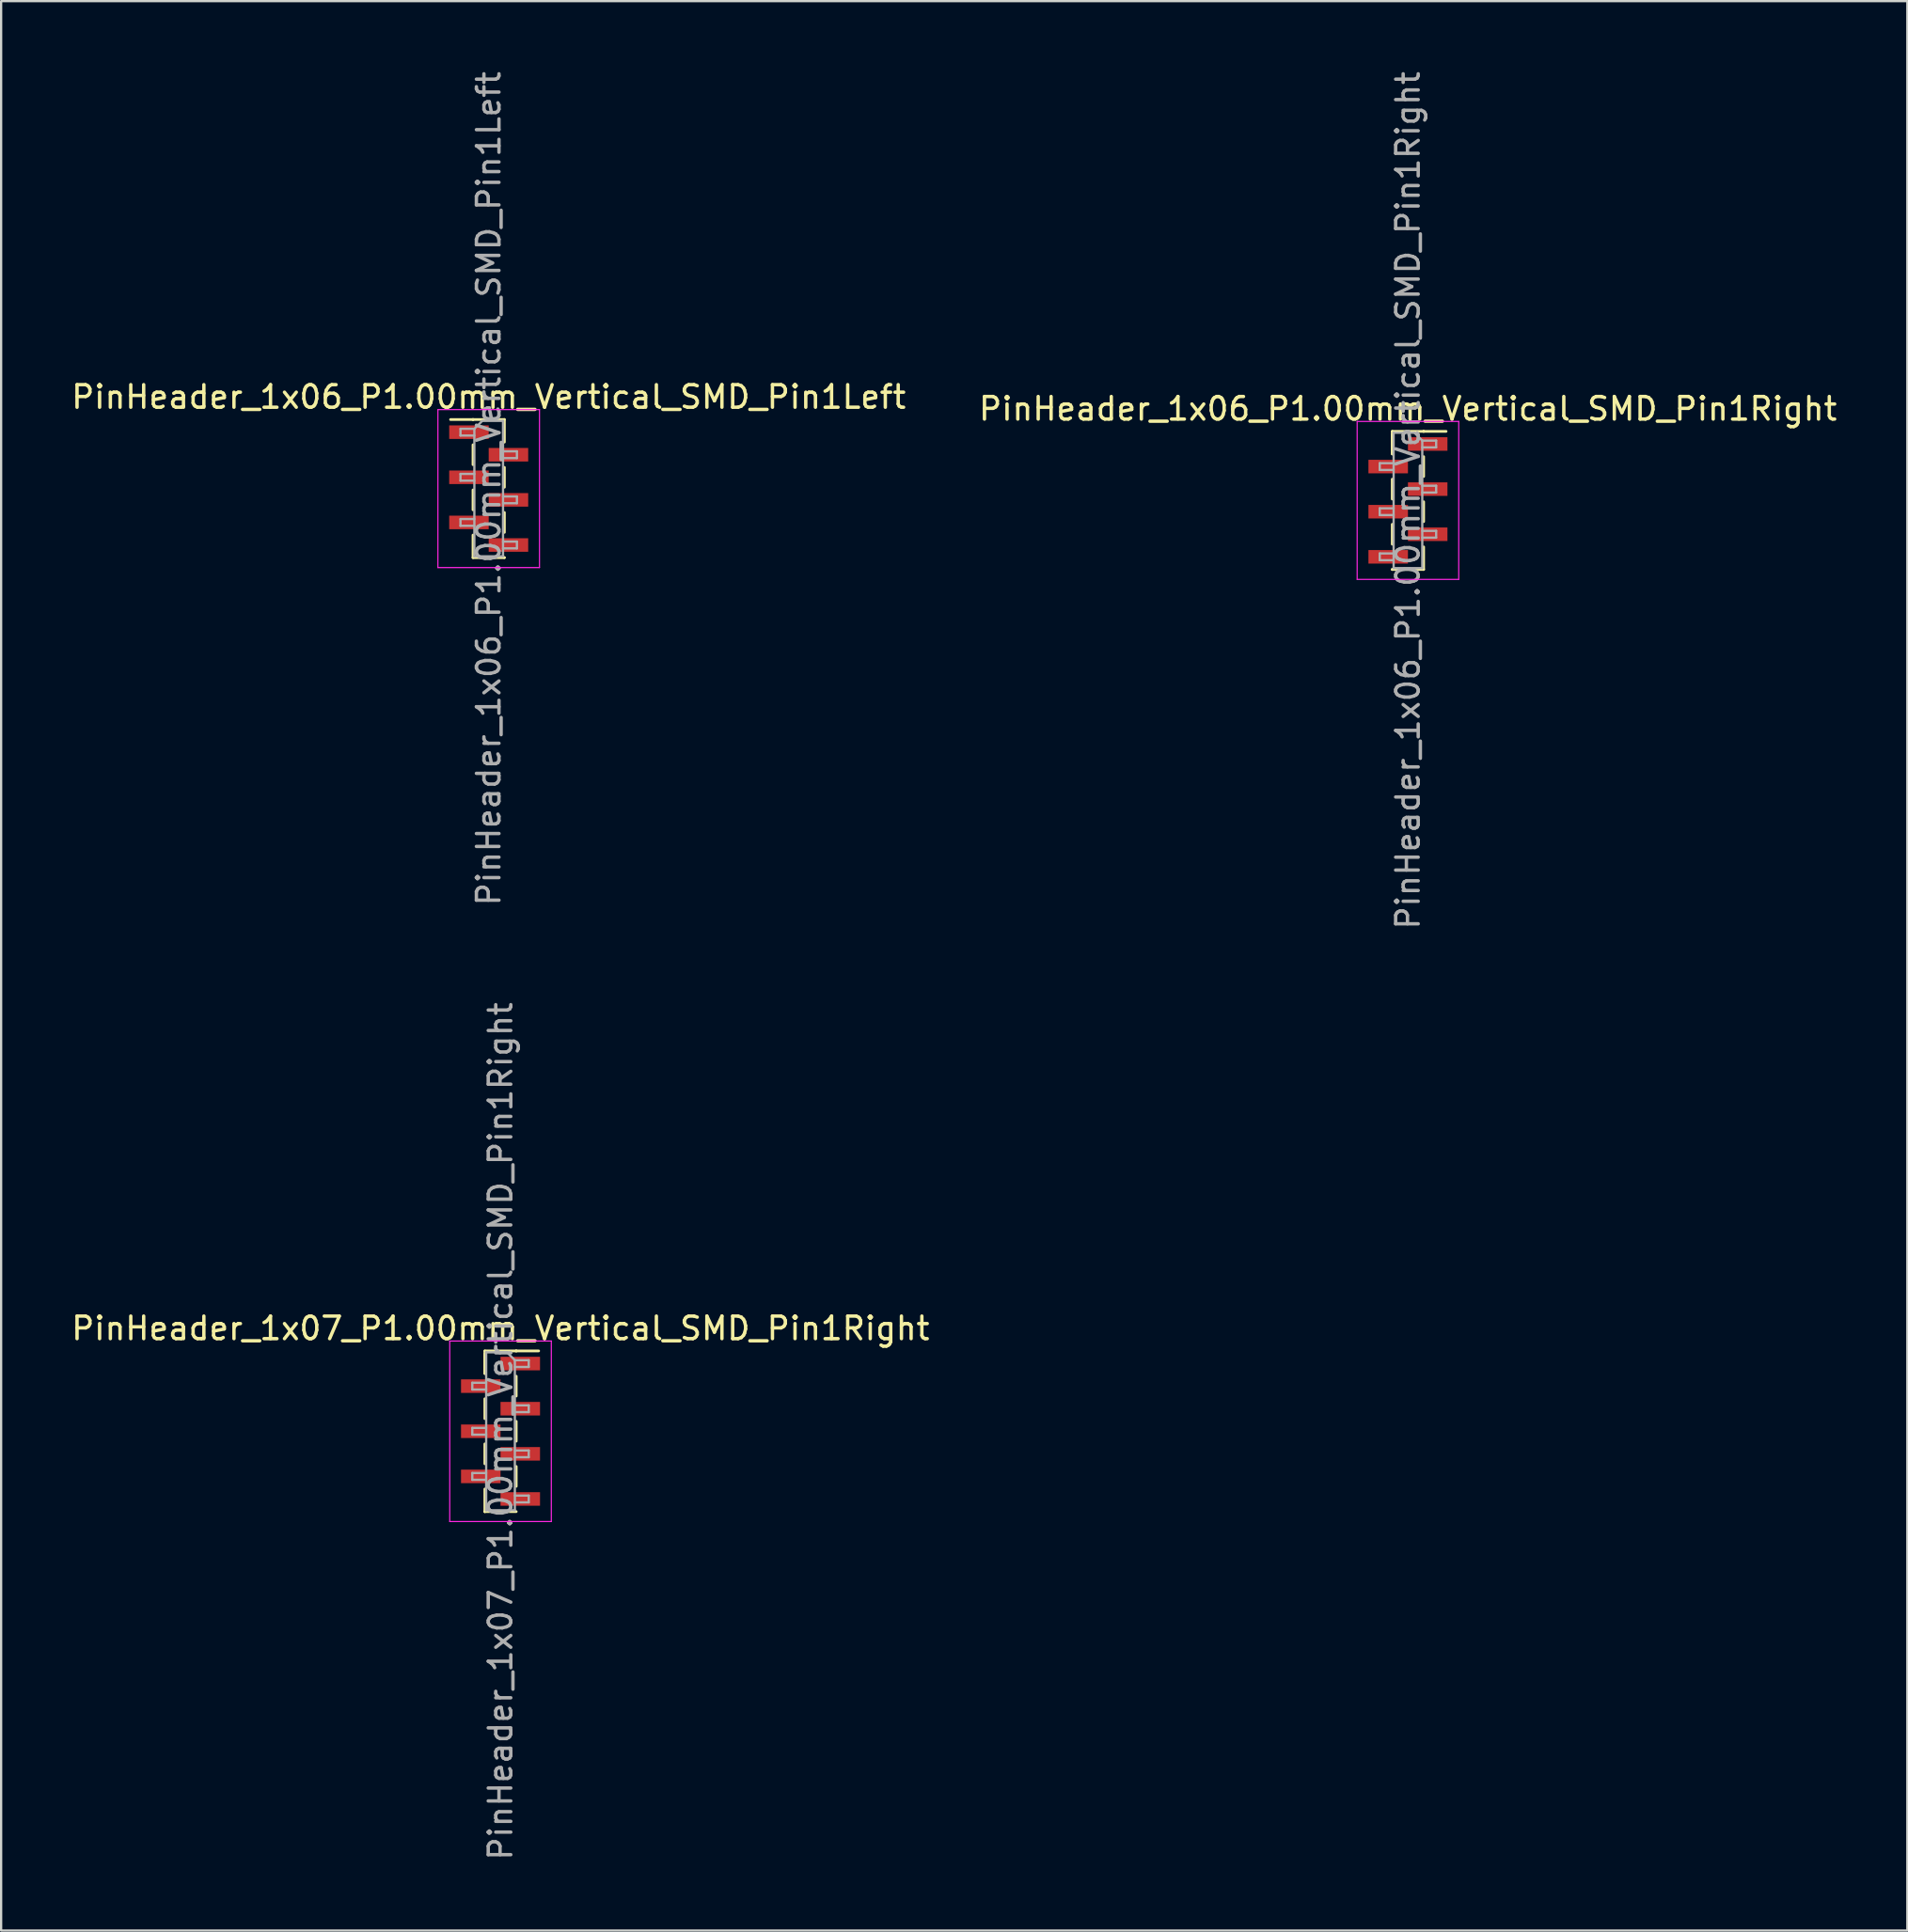
<source format=kicad_pcb>
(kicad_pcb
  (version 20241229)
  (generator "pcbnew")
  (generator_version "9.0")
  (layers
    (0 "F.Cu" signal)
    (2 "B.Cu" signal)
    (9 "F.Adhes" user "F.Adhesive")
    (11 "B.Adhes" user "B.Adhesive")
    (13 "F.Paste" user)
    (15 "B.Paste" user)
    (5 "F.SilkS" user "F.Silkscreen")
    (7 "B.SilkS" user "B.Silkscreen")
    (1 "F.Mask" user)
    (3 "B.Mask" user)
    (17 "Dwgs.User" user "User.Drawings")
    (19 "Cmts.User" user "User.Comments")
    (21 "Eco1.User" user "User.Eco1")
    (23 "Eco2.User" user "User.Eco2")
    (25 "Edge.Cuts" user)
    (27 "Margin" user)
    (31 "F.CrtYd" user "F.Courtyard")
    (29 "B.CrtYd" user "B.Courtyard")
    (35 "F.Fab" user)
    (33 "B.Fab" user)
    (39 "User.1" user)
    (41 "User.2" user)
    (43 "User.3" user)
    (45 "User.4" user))
  (footprint "PinHeader_1x07_P1.00mm_Vertical_SMD_Pin1Right"
    (layer "F.Cu")
    (at 19.125 60.375)
    (property "Reference" "PinHeader_1x07_P1.00mm_Vertical_SMD_Pin1Right" (at 0 -4.56 0) (layer "F.SilkS") (effects (font (size 1 1) (thickness 0.15))))
    (attr smd)
    (fp_line (start -0.695 -3.56) (end -0.695 -2.56) (stroke (width 0.12) (type solid)) (layer "F.SilkS"))
    (fp_line (start -0.695 -3.56) (end 0.695 -3.56) (stroke (width 0.12) (type solid)) (layer "F.SilkS"))
    (fp_line (start -0.695 -3.44) (end -0.695 -2.56) (stroke (width 0.12) (type solid)) (layer "F.SilkS"))
    (fp_line (start -0.695 -1.44) (end -0.695 -0.56) (stroke (width 0.12) (type solid)) (layer "F.SilkS"))
    (fp_line (start -0.695 0.56) (end -0.695 1.44) (stroke (width 0.12) (type solid)) (layer "F.SilkS"))
    (fp_line (start -0.695 2.56) (end -0.695 3.56) (stroke (width 0.12) (type solid)) (layer "F.SilkS"))
    (fp_line (start -0.695 3.56) (end -0.695 3.56) (stroke (width 0.12) (type solid)) (layer "F.SilkS"))
    (fp_line (start -0.695 3.56) (end 0.695 3.56) (stroke (width 0.12) (type solid)) (layer "F.SilkS"))
    (fp_line (start 0.695 -3.56) (end 0.695 -3.56) (stroke (width 0.12) (type solid)) (layer "F.SilkS"))
    (fp_line (start 0.695 -3.56) (end 1.69 -3.56) (stroke (width 0.12) (type solid)) (layer "F.SilkS"))
    (fp_line (start 0.695 -2.44) (end 0.695 -1.56) (stroke (width 0.12) (type solid)) (layer "F.SilkS"))
    (fp_line (start 0.695 -0.44) (end 0.695 0.44) (stroke (width 0.12) (type solid)) (layer "F.SilkS"))
    (fp_line (start 0.695 1.56) (end 0.695 2.44) (stroke (width 0.12) (type solid)) (layer "F.SilkS"))
    (fp_line (start -2.25 -4) (end -2.25 4) (stroke (width 0.05) (type solid)) (layer "F.CrtYd"))
    (fp_line (start -2.25 4) (end 2.25 4) (stroke (width 0.05) (type solid)) (layer "F.CrtYd"))
    (fp_line (start 2.25 -4) (end -2.25 -4) (stroke (width 0.05) (type solid)) (layer "F.CrtYd"))
    (fp_line (start 2.25 4) (end 2.25 -4) (stroke (width 0.05) (type solid)) (layer "F.CrtYd"))
    (fp_line (start -1.25 -2.15) (end -1.25 -1.85) (stroke (width 0.1) (type solid)) (layer "F.Fab"))
    (fp_line (start -1.25 -1.85) (end -0.635 -1.85) (stroke (width 0.1) (type solid)) (layer "F.Fab"))
    (fp_line (start -1.25 -0.15) (end -1.25 0.15) (stroke (width 0.1) (type solid)) (layer "F.Fab"))
    (fp_line (start -1.25 0.15) (end -0.635 0.15) (stroke (width 0.1) (type solid)) (layer "F.Fab"))
    (fp_line (start -1.25 1.85) (end -1.25 2.15) (stroke (width 0.1) (type solid)) (layer "F.Fab"))
    (fp_line (start -1.25 2.15) (end -0.635 2.15) (stroke (width 0.1) (type solid)) (layer "F.Fab"))
    (fp_line (start -0.635 -3.5) (end -0.635 3.5) (stroke (width 0.1) (type solid)) (layer "F.Fab"))
    (fp_line (start -0.635 -3.5) (end 0.285 -3.5) (stroke (width 0.1) (type solid)) (layer "F.Fab"))
    (fp_line (start -0.635 -2.15) (end -1.25 -2.15) (stroke (width 0.1) (type solid)) (layer "F.Fab"))
    (fp_line (start -0.635 -0.15) (end -1.25 -0.15) (stroke (width 0.1) (type solid)) (layer "F.Fab"))
    (fp_line (start -0.635 1.85) (end -1.25 1.85) (stroke (width 0.1) (type solid)) (layer "F.Fab"))
    (fp_line (start 0.635 -3.15) (end 0.285 -3.5) (stroke (width 0.1) (type solid)) (layer "F.Fab"))
    (fp_line (start 0.635 -3.15) (end 1.25 -3.15) (stroke (width 0.1) (type solid)) (layer "F.Fab"))
    (fp_line (start 0.635 -1.15) (end 1.25 -1.15) (stroke (width 0.1) (type solid)) (layer "F.Fab"))
    (fp_line (start 0.635 0.85) (end 1.25 0.85) (stroke (width 0.1) (type solid)) (layer "F.Fab"))
    (fp_line (start 0.635 2.85) (end 1.25 2.85) (stroke (width 0.1) (type solid)) (layer "F.Fab"))
    (fp_line (start 0.635 3.5) (end -0.635 3.5) (stroke (width 0.1) (type solid)) (layer "F.Fab"))
    (fp_line (start 0.635 3.5) (end 0.635 -3.15) (stroke (width 0.1) (type solid)) (layer "F.Fab"))
    (fp_line (start 1.25 -3.15) (end 1.25 -2.85) (stroke (width 0.1) (type solid)) (layer "F.Fab"))
    (fp_line (start 1.25 -2.85) (end 0.635 -2.85) (stroke (width 0.1) (type solid)) (layer "F.Fab"))
    (fp_line (start 1.25 -1.15) (end 1.25 -0.85) (stroke (width 0.1) (type solid)) (layer "F.Fab"))
    (fp_line (start 1.25 -0.85) (end 0.635 -0.85) (stroke (width 0.1) (type solid)) (layer "F.Fab"))
    (fp_line (start 1.25 0.85) (end 1.25 1.15) (stroke (width 0.1) (type solid)) (layer "F.Fab"))
    (fp_line (start 1.25 1.15) (end 0.635 1.15) (stroke (width 0.1) (type solid)) (layer "F.Fab"))
    (fp_line (start 1.25 2.85) (end 1.25 3.15) (stroke (width 0.1) (type solid)) (layer "F.Fab"))
    (fp_line (start 1.25 3.15) (end 0.635 3.15) (stroke (width 0.1) (type solid)) (layer "F.Fab"))
    (fp_text user "${REFERENCE}" (at 0 0 90) (layer "F.Fab") (effects (font (size 1 1) (thickness 0.15))))
    (pad "1" smd rect (at 0.875 -3) (size 1.75 0.6) (layers "F.Cu" "F.Mask" "F.Paste"))
    (pad "2" smd rect (at -0.875 -2) (size 1.75 0.6) (layers "F.Cu" "F.Mask" "F.Paste"))
    (pad "3" smd rect (at 0.875 -1) (size 1.75 0.6) (layers "F.Cu" "F.Mask" "F.Paste"))
    (pad "4" smd rect (at -0.875 0) (size 1.75 0.6) (layers "F.Cu" "F.Mask" "F.Paste"))
    (pad "5" smd rect (at 0.875 1) (size 1.75 0.6) (layers "F.Cu" "F.Mask" "F.Paste"))
    (pad "6" smd rect (at -0.875 2) (size 1.75 0.6) (layers "F.Cu" "F.Mask" "F.Paste"))
    (pad "7" smd rect (at 0.875 3) (size 1.75 0.6) (layers "F.Cu" "F.Mask" "F.Paste")))
  (footprint "PinHeader_1x06_P1.00mm_Vertical_SMD_Pin1Right"
    (layer "F.Cu")
    (at 59.327 19.125)
    (property "Reference" "PinHeader_1x06_P1.00mm_Vertical_SMD_Pin1Right" (at 0 -4.06 0) (layer "F.SilkS") (effects (font (size 1 1) (thickness 0.15))))
    (attr smd)
    (fp_line (start -0.695 -3.06) (end -0.695 -2.06) (stroke (width 0.12) (type solid)) (layer "F.SilkS"))
    (fp_line (start -0.695 -3.06) (end 0.695 -3.06) (stroke (width 0.12) (type solid)) (layer "F.SilkS"))
    (fp_line (start -0.695 -2.94) (end -0.695 -2.06) (stroke (width 0.12) (type solid)) (layer "F.SilkS"))
    (fp_line (start -0.695 -0.94) (end -0.695 -0.06) (stroke (width 0.12) (type solid)) (layer "F.SilkS"))
    (fp_line (start -0.695 1.06) (end -0.695 1.94) (stroke (width 0.12) (type solid)) (layer "F.SilkS"))
    (fp_line (start -0.695 3.06) (end -0.695 3.06) (stroke (width 0.12) (type solid)) (layer "F.SilkS"))
    (fp_line (start -0.695 3.06) (end 0.695 3.06) (stroke (width 0.12) (type solid)) (layer "F.SilkS"))
    (fp_line (start 0.695 -3.06) (end 0.695 -3.06) (stroke (width 0.12) (type solid)) (layer "F.SilkS"))
    (fp_line (start 0.695 -3.06) (end 1.69 -3.06) (stroke (width 0.12) (type solid)) (layer "F.SilkS"))
    (fp_line (start 0.695 -1.94) (end 0.695 -1.06) (stroke (width 0.12) (type solid)) (layer "F.SilkS"))
    (fp_line (start 0.695 0.06) (end 0.695 0.94) (stroke (width 0.12) (type solid)) (layer "F.SilkS"))
    (fp_line (start 0.695 2.06) (end 0.695 3.06) (stroke (width 0.12) (type solid)) (layer "F.SilkS"))
    (fp_line (start -2.25 -3.5) (end -2.25 3.5) (stroke (width 0.05) (type solid)) (layer "F.CrtYd"))
    (fp_line (start -2.25 3.5) (end 2.25 3.5) (stroke (width 0.05) (type solid)) (layer "F.CrtYd"))
    (fp_line (start 2.25 -3.5) (end -2.25 -3.5) (stroke (width 0.05) (type solid)) (layer "F.CrtYd"))
    (fp_line (start 2.25 3.5) (end 2.25 -3.5) (stroke (width 0.05) (type solid)) (layer "F.CrtYd"))
    (fp_line (start -1.25 -1.65) (end -1.25 -1.35) (stroke (width 0.1) (type solid)) (layer "F.Fab"))
    (fp_line (start -1.25 -1.35) (end -0.635 -1.35) (stroke (width 0.1) (type solid)) (layer "F.Fab"))
    (fp_line (start -1.25 0.35) (end -1.25 0.65) (stroke (width 0.1) (type solid)) (layer "F.Fab"))
    (fp_line (start -1.25 0.65) (end -0.635 0.65) (stroke (width 0.1) (type solid)) (layer "F.Fab"))
    (fp_line (start -1.25 2.35) (end -1.25 2.65) (stroke (width 0.1) (type solid)) (layer "F.Fab"))
    (fp_line (start -1.25 2.65) (end -0.635 2.65) (stroke (width 0.1) (type solid)) (layer "F.Fab"))
    (fp_line (start -0.635 -3) (end -0.635 3) (stroke (width 0.1) (type solid)) (layer "F.Fab"))
    (fp_line (start -0.635 -3) (end 0.285 -3) (stroke (width 0.1) (type solid)) (layer "F.Fab"))
    (fp_line (start -0.635 -1.65) (end -1.25 -1.65) (stroke (width 0.1) (type solid)) (layer "F.Fab"))
    (fp_line (start -0.635 0.35) (end -1.25 0.35) (stroke (width 0.1) (type solid)) (layer "F.Fab"))
    (fp_line (start -0.635 2.35) (end -1.25 2.35) (stroke (width 0.1) (type solid)) (layer "F.Fab"))
    (fp_line (start 0.635 -2.65) (end 0.285 -3) (stroke (width 0.1) (type solid)) (layer "F.Fab"))
    (fp_line (start 0.635 -2.65) (end 1.25 -2.65) (stroke (width 0.1) (type solid)) (layer "F.Fab"))
    (fp_line (start 0.635 -0.65) (end 1.25 -0.65) (stroke (width 0.1) (type solid)) (layer "F.Fab"))
    (fp_line (start 0.635 1.35) (end 1.25 1.35) (stroke (width 0.1) (type solid)) (layer "F.Fab"))
    (fp_line (start 0.635 3) (end -0.635 3) (stroke (width 0.1) (type solid)) (layer "F.Fab"))
    (fp_line (start 0.635 3) (end 0.635 -2.65) (stroke (width 0.1) (type solid)) (layer "F.Fab"))
    (fp_line (start 1.25 -2.65) (end 1.25 -2.35) (stroke (width 0.1) (type solid)) (layer "F.Fab"))
    (fp_line (start 1.25 -2.35) (end 0.635 -2.35) (stroke (width 0.1) (type solid)) (layer "F.Fab"))
    (fp_line (start 1.25 -0.65) (end 1.25 -0.35) (stroke (width 0.1) (type solid)) (layer "F.Fab"))
    (fp_line (start 1.25 -0.35) (end 0.635 -0.35) (stroke (width 0.1) (type solid)) (layer "F.Fab"))
    (fp_line (start 1.25 1.35) (end 1.25 1.65) (stroke (width 0.1) (type solid)) (layer "F.Fab"))
    (fp_line (start 1.25 1.65) (end 0.635 1.65) (stroke (width 0.1) (type solid)) (layer "F.Fab"))
    (fp_text user "${REFERENCE}" (at 0 0 90) (layer "F.Fab") (effects (font (size 1 1) (thickness 0.15))))
    (pad "1" smd rect (at 0.875 -2.5) (size 1.75 0.6) (layers "F.Cu" "F.Mask" "F.Paste"))
    (pad "2" smd rect (at -0.875 -1.5) (size 1.75 0.6) (layers "F.Cu" "F.Mask" "F.Paste"))
    (pad "3" smd rect (at 0.875 -0.5) (size 1.75 0.6) (layers "F.Cu" "F.Mask" "F.Paste"))
    (pad "4" smd rect (at -0.875 0.5) (size 1.75 0.6) (layers "F.Cu" "F.Mask" "F.Paste"))
    (pad "5" smd rect (at 0.875 1.5) (size 1.75 0.6) (layers "F.Cu" "F.Mask" "F.Paste"))
    (pad "6" smd rect (at -0.875 2.5) (size 1.75 0.6) (layers "F.Cu" "F.Mask" "F.Paste")))
  (footprint "PinHeader_1x06_P1.00mm_Vertical_SMD_Pin1Left"
    (layer "F.Cu")
    (at 18.601 18.601)
    (property "Reference" "PinHeader_1x06_P1.00mm_Vertical_SMD_Pin1Left" (at 0 -4.06 0) (layer "F.SilkS") (effects (font (size 1 1) (thickness 0.15))))
    (attr smd)
    (fp_line (start -0.695 -3.06) (end -1.69 -3.06) (stroke (width 0.12) (type solid)) (layer "F.SilkS"))
    (fp_line (start -0.695 -3.06) (end -0.695 -3.06) (stroke (width 0.12) (type solid)) (layer "F.SilkS"))
    (fp_line (start -0.695 -3.06) (end 0.695 -3.06) (stroke (width 0.12) (type solid)) (layer "F.SilkS"))
    (fp_line (start -0.695 -1.94) (end -0.695 -1.06) (stroke (width 0.12) (type solid)) (layer "F.SilkS"))
    (fp_line (start -0.695 0.06) (end -0.695 0.94) (stroke (width 0.12) (type solid)) (layer "F.SilkS"))
    (fp_line (start -0.695 2.06) (end -0.695 3.06) (stroke (width 0.12) (type solid)) (layer "F.SilkS"))
    (fp_line (start -0.695 3.06) (end 0.695 3.06) (stroke (width 0.12) (type solid)) (layer "F.SilkS"))
    (fp_line (start 0.695 -3.06) (end 0.695 -2.06) (stroke (width 0.12) (type solid)) (layer "F.SilkS"))
    (fp_line (start 0.695 -0.94) (end 0.695 -0.06) (stroke (width 0.12) (type solid)) (layer "F.SilkS"))
    (fp_line (start 0.695 1.06) (end 0.695 1.94) (stroke (width 0.12) (type solid)) (layer "F.SilkS"))
    (fp_line (start 0.695 3.06) (end 0.695 3.06) (stroke (width 0.12) (type solid)) (layer "F.SilkS"))
    (fp_line (start -2.25 -3.5) (end -2.25 3.5) (stroke (width 0.05) (type solid)) (layer "F.CrtYd"))
    (fp_line (start -2.25 3.5) (end 2.25 3.5) (stroke (width 0.05) (type solid)) (layer "F.CrtYd"))
    (fp_line (start 2.25 -3.5) (end -2.25 -3.5) (stroke (width 0.05) (type solid)) (layer "F.CrtYd"))
    (fp_line (start 2.25 3.5) (end 2.25 -3.5) (stroke (width 0.05) (type solid)) (layer "F.CrtYd"))
    (fp_line (start -1.25 -2.65) (end -1.25 -2.35) (stroke (width 0.1) (type solid)) (layer "F.Fab"))
    (fp_line (start -1.25 -2.35) (end -0.635 -2.35) (stroke (width 0.1) (type solid)) (layer "F.Fab"))
    (fp_line (start -1.25 -0.65) (end -1.25 -0.35) (stroke (width 0.1) (type solid)) (layer "F.Fab"))
    (fp_line (start -1.25 -0.35) (end -0.635 -0.35) (stroke (width 0.1) (type solid)) (layer "F.Fab"))
    (fp_line (start -1.25 1.35) (end -1.25 1.65) (stroke (width 0.1) (type solid)) (layer "F.Fab"))
    (fp_line (start -1.25 1.65) (end -0.635 1.65) (stroke (width 0.1) (type solid)) (layer "F.Fab"))
    (fp_line (start -0.635 -2.65) (end -1.25 -2.65) (stroke (width 0.1) (type solid)) (layer "F.Fab"))
    (fp_line (start -0.635 -2.65) (end -0.285 -3) (stroke (width 0.1) (type solid)) (layer "F.Fab"))
    (fp_line (start -0.635 -0.65) (end -1.25 -0.65) (stroke (width 0.1) (type solid)) (layer "F.Fab"))
    (fp_line (start -0.635 1.35) (end -1.25 1.35) (stroke (width 0.1) (type solid)) (layer "F.Fab"))
    (fp_line (start -0.635 3) (end -0.635 -2.65) (stroke (width 0.1) (type solid)) (layer "F.Fab"))
    (fp_line (start -0.285 -3) (end 0.635 -3) (stroke (width 0.1) (type solid)) (layer "F.Fab"))
    (fp_line (start 0.635 -3) (end 0.635 3) (stroke (width 0.1) (type solid)) (layer "F.Fab"))
    (fp_line (start 0.635 -1.65) (end 1.25 -1.65) (stroke (width 0.1) (type solid)) (layer "F.Fab"))
    (fp_line (start 0.635 0.35) (end 1.25 0.35) (stroke (width 0.1) (type solid)) (layer "F.Fab"))
    (fp_line (start 0.635 2.35) (end 1.25 2.35) (stroke (width 0.1) (type solid)) (layer "F.Fab"))
    (fp_line (start 0.635 3) (end -0.635 3) (stroke (width 0.1) (type solid)) (layer "F.Fab"))
    (fp_line (start 1.25 -1.65) (end 1.25 -1.35) (stroke (width 0.1) (type solid)) (layer "F.Fab"))
    (fp_line (start 1.25 -1.35) (end 0.635 -1.35) (stroke (width 0.1) (type solid)) (layer "F.Fab"))
    (fp_line (start 1.25 0.35) (end 1.25 0.65) (stroke (width 0.1) (type solid)) (layer "F.Fab"))
    (fp_line (start 1.25 0.65) (end 0.635 0.65) (stroke (width 0.1) (type solid)) (layer "F.Fab"))
    (fp_line (start 1.25 2.35) (end 1.25 2.65) (stroke (width 0.1) (type solid)) (layer "F.Fab"))
    (fp_line (start 1.25 2.65) (end 0.635 2.65) (stroke (width 0.1) (type solid)) (layer "F.Fab"))
    (fp_text user "${REFERENCE}" (at 0 0 90) (layer "F.Fab") (effects (font (size 1 1) (thickness 0.15))))
    (pad "1" smd rect (at -0.875 -2.5) (size 1.75 0.6) (layers "F.Cu" "F.Mask" "F.Paste"))
    (pad "2" smd rect (at 0.875 -1.5) (size 1.75 0.6) (layers "F.Cu" "F.Mask" "F.Paste"))
    (pad "3" smd rect (at -0.875 -0.5) (size 1.75 0.6) (layers "F.Cu" "F.Mask" "F.Paste"))
    (pad "4" smd rect (at 0.875 0.5) (size 1.75 0.6) (layers "F.Cu" "F.Mask" "F.Paste"))
    (pad "5" smd rect (at -0.875 1.5) (size 1.75 0.6) (layers "F.Cu" "F.Mask" "F.Paste"))
    (pad "6" smd rect (at 0.875 2.5) (size 1.75 0.6) (layers "F.Cu" "F.Mask" "F.Paste")))
  (gr_rect
    (start -3 -3)
    (end 81.452 82.5)
    (stroke (width 0.1) (type default))
    (fill no)
    (layer "Edge.Cuts")))
</source>
